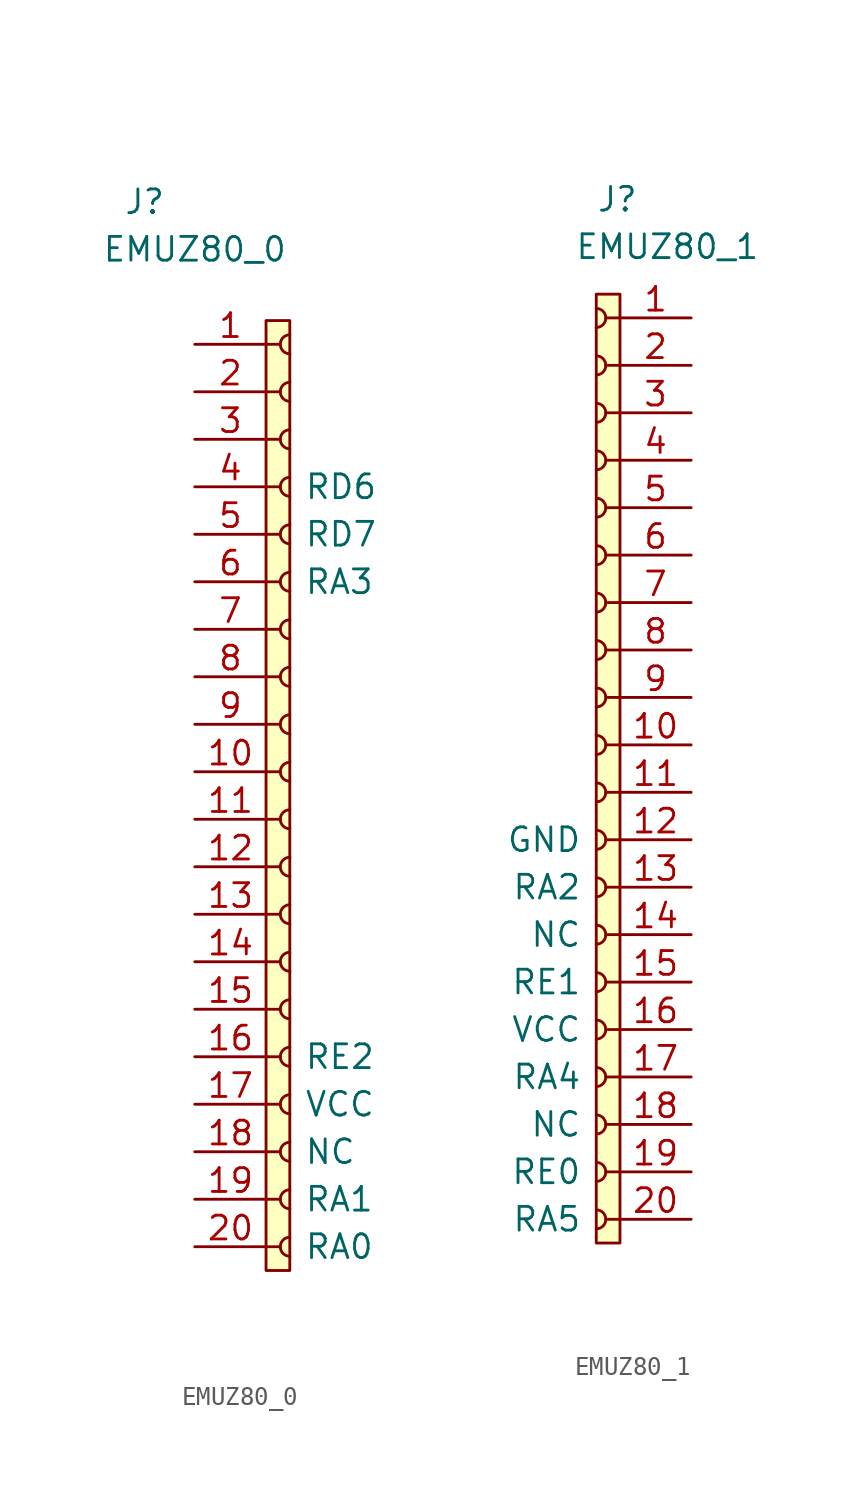
<source format=kicad_sym>
(kicad_symbol_lib
  (version 20220914)
  (generator kicad_symbol_editor)
  (symbol "EMUZ80_0"
    (pin_names
      (offset 2.032))
    (property "Reference" "J"
      (at -19.05 31.75 0)
      (effects (font (size 1.27 1.27)) (justify left)))
    (property "Value" "EMUZ80_0"
      (at -15.24 29.21 0)
      (effects (font (size 1.27 1.27))))
    (symbol "EMUZ80_0_0_1"
      (rectangle (start -11.43 25.4) (end -10.16 -25.4) (stroke (width 0) (type default)) (fill (type background))))
    (symbol "EMUZ80_0_1_1"
      (arc (start -10.16 -23.622) (mid -10.6658 -24.13) (end -10.16 -24.638) (stroke (width 0.1524) (type default)) (fill (type none)))
      (arc (start -10.16 -21.082) (mid -10.6658 -21.59) (end -10.16 -22.098) (stroke (width 0.1524) (type default)) (fill (type none)))
      (arc (start -10.16 -18.542) (mid -10.6658 -19.05) (end -10.16 -19.558) (stroke (width 0.1524) (type default)) (fill (type none)))
      (arc (start -10.16 -16.002) (mid -10.6658 -16.51) (end -10.16 -17.018) (stroke (width 0.1524) (type default)) (fill (type none)))
      (arc (start -10.16 -13.462) (mid -10.6658 -13.97) (end -10.16 -14.478) (stroke (width 0.1524) (type default)) (fill (type none)))
      (arc (start -10.16 -10.922) (mid -10.6658 -11.43) (end -10.16 -11.938) (stroke (width 0.1524) (type default)) (fill (type none)))
      (arc (start -10.16 -8.382) (mid -10.6658 -8.89) (end -10.16 -9.398) (stroke (width 0.1524) (type default)) (fill (type none)))
      (arc (start -10.16 -5.842) (mid -10.6658 -6.35) (end -10.16 -6.858) (stroke (width 0.1524) (type default)) (fill (type none)))
      (arc (start -10.16 -3.302) (mid -10.6658 -3.81) (end -10.16 -4.318) (stroke (width 0.1524) (type default)) (fill (type none)))
      (arc (start -10.16 -0.762) (mid -10.6658 -1.27) (end -10.16 -1.778) (stroke (width 0.1524) (type default)) (fill (type none)))
      (arc (start -10.16 1.778) (mid -10.6658 1.27) (end -10.16 0.762) (stroke (width 0.1524) (type default)) (fill (type none)))
      (arc (start -10.16 4.318) (mid -10.6658 3.81) (end -10.16 3.302) (stroke (width 0.1524) (type default)) (fill (type none)))
      (arc (start -10.16 6.858) (mid -10.6658 6.35) (end -10.16 5.842) (stroke (width 0.1524) (type default)) (fill (type none)))
      (arc (start -10.16 9.398) (mid -10.6658 8.89) (end -10.16 8.382) (stroke (width 0.1524) (type default)) (fill (type none)))
      (arc (start -10.16 11.938) (mid -10.6658 11.43) (end -10.16 10.922) (stroke (width 0.1524) (type default)) (fill (type none)))
      (arc (start -10.16 14.478) (mid -10.6658 13.97) (end -10.16 13.462) (stroke (width 0.1524) (type default)) (fill (type none)))
      (arc (start -10.16 17.018) (mid -10.6658 16.51) (end -10.16 16.002) (stroke (width 0.1524) (type default)) (fill (type none)))
      (arc (start -10.16 19.558) (mid -10.6658 19.05) (end -10.16 18.542) (stroke (width 0.1524) (type default)) (fill (type none)))
      (arc (start -10.16 22.098) (mid -10.6658 21.59) (end -10.16 21.082) (stroke (width 0.1524) (type default)) (fill (type none)))
      (arc (start -10.16 24.638) (mid -10.6658 24.13) (end -10.16 23.622) (stroke (width 0.1524) (type default)) (fill (type none)))
      (polyline (pts (xy -11.43 -24.13) (xy -10.668 -24.13)) (stroke (width 0.152) (type default)) (fill (type none)))
      (polyline (pts (xy -11.43 -21.59) (xy -10.668 -21.59)) (stroke (width 0.152) (type default)) (fill (type none)))
      (polyline (pts (xy -11.43 -19.05) (xy -10.668 -19.05)) (stroke (width 0.152) (type default)) (fill (type none)))
      (polyline (pts (xy -11.43 -16.51) (xy -10.668 -16.51)) (stroke (width 0.152) (type default)) (fill (type none)))
      (polyline (pts (xy -11.43 -13.97) (xy -10.668 -13.97)) (stroke (width 0.152) (type default)) (fill (type none)))
      (polyline (pts (xy -11.43 -11.43) (xy -10.668 -11.43)) (stroke (width 0.152) (type default)) (fill (type none)))
      (polyline (pts (xy -11.43 -8.89) (xy -10.668 -8.89)) (stroke (width 0.152) (type default)) (fill (type none)))
      (polyline (pts (xy -11.43 -6.35) (xy -10.668 -6.35)) (stroke (width 0.152) (type default)) (fill (type none)))
      (polyline (pts (xy -11.43 -3.81) (xy -10.668 -3.81)) (stroke (width 0.152) (type default)) (fill (type none)))
      (polyline (pts (xy -11.43 -1.27) (xy -10.668 -1.27)) (stroke (width 0.152) (type default)) (fill (type none)))
      (polyline (pts (xy -11.43 1.27) (xy -10.668 1.27)) (stroke (width 0.152) (type default)) (fill (type none)))
      (polyline (pts (xy -11.43 3.81) (xy -10.668 3.81)) (stroke (width 0.152) (type default)) (fill (type none)))
      (polyline (pts (xy -11.43 6.35) (xy -10.668 6.35)) (stroke (width 0.152) (type default)) (fill (type none)))
      (polyline (pts (xy -11.43 8.89) (xy -10.668 8.89)) (stroke (width 0.152) (type default)) (fill (type none)))
      (polyline (pts (xy -11.43 11.43) (xy -10.668 11.43)) (stroke (width 0.152) (type default)) (fill (type none)))
      (polyline (pts (xy -11.43 13.97) (xy -10.668 13.97)) (stroke (width 0.152) (type default)) (fill (type none)))
      (polyline (pts (xy -11.43 16.51) (xy -10.668 16.51)) (stroke (width 0.152) (type default)) (fill (type none)))
      (polyline (pts (xy -11.43 19.05) (xy -10.668 19.05)) (stroke (width 0.152) (type default)) (fill (type none)))
      (polyline (pts (xy -11.43 21.59) (xy -10.668 21.59)) (stroke (width 0.152) (type default)) (fill (type none)))
      (polyline (pts (xy -11.43 24.13) (xy -10.668 24.13)) (stroke (width 0.152) (type default)) (fill (type none)))
      (pin passive line (at -15.24 24.13 0) (length 3.81) (name "" (effects (font (size 1.27 1.27)))) (number "1" (effects (font (size 1.27 1.27)))))
      (pin passive line (at -15.24 1.27 0) (length 3.81) (name "" (effects (font (size 1.27 1.27)))) (number "10" (effects (font (size 1.27 1.27)))))
      (pin passive line (at -15.24 -1.27 0) (length 3.81) (name "" (effects (font (size 1.27 1.27)))) (number "11" (effects (font (size 1.27 1.27)))))
      (pin passive line (at -15.24 -3.81 0) (length 3.81) (name "" (effects (font (size 1.27 1.27)))) (number "12" (effects (font (size 1.27 1.27)))))
      (pin passive line (at -15.24 -6.35 0) (length 3.81) (name "" (effects (font (size 1.27 1.27)))) (number "13" (effects (font (size 1.27 1.27)))))
      (pin passive line (at -15.24 -8.89 0) (length 3.81) (name "" (effects (font (size 1.27 1.27)))) (number "14" (effects (font (size 1.27 1.27)))))
      (pin passive line (at -15.24 -11.43 0) (length 3.81) (name "" (effects (font (size 1.27 1.27)))) (number "15" (effects (font (size 1.27 1.27)))))
      (pin passive line (at -15.24 -13.97 0) (length 3.81) (name "RE2" (effects (font (size 1.27 1.27)))) (number "16" (effects (font (size 1.27 1.27)))))
      (pin passive line (at -15.24 -16.51 0) (length 3.81) (name "VCC" (effects (font (size 1.27 1.27)))) (number "17" (effects (font (size 1.27 1.27)))))
      (pin passive line (at -15.24 -19.05 0) (length 3.81) (name "NC" (effects (font (size 1.27 1.27)))) (number "18" (effects (font (size 1.27 1.27)))))
      (pin passive line (at -15.24 -21.59 0) (length 3.81) (name "RA1" (effects (font (size 1.27 1.27)))) (number "19" (effects (font (size 1.27 1.27)))))
      (pin passive line (at -15.24 21.59 0) (length 3.81) (name "" (effects (font (size 1.27 1.27)))) (number "2" (effects (font (size 1.27 1.27)))))
      (pin passive line (at -15.24 -24.13 0) (length 3.81) (name "RA0" (effects (font (size 1.27 1.27)))) (number "20" (effects (font (size 1.27 1.27)))))
      (pin passive line (at -15.24 19.05 0) (length 3.81) (name "" (effects (font (size 1.27 1.27)))) (number "3" (effects (font (size 1.27 1.27)))))
      (pin passive line (at -15.24 16.51 0) (length 3.81) (name "RD6" (effects (font (size 1.27 1.27)))) (number "4" (effects (font (size 1.27 1.27)))))
      (pin passive line (at -15.24 13.97 0) (length 3.81) (name "RD7" (effects (font (size 1.27 1.27)))) (number "5" (effects (font (size 1.27 1.27)))))
      (pin passive line (at -15.24 11.43 0) (length 3.81) (name "RA3" (effects (font (size 1.27 1.27)))) (number "6" (effects (font (size 1.27 1.27)))))
      (pin passive line (at -15.24 8.89 0) (length 3.81) (name "" (effects (font (size 1.27 1.27)))) (number "7" (effects (font (size 1.27 1.27)))))
      (pin passive line (at -15.24 6.35 0) (length 3.81) (name "" (effects (font (size 1.27 1.27)))) (number "8" (effects (font (size 1.27 1.27)))))
      (pin passive line (at -15.24 3.81 0) (length 3.81) (name "" (effects (font (size 1.27 1.27)))) (number "9" (effects (font (size 1.27 1.27)))))))
  (symbol "EMUZ80_1"
    (pin_names
      (offset 2.032))
    (property "Reference" "J"
      (at 10.16 30.48 0)
      (effects (font (size 1.27 1.27)) (justify left)))
    (property "Value" "EMUZ80_1"
      (at 13.97 27.94 0)
      (effects (font (size 1.27 1.27))))
    (symbol "EMUZ80_1_0_1"
      (rectangle (start 10.16 25.4) (end 11.43 -25.4) (stroke (width 0) (type default)) (fill (type background))))
    (symbol "EMUZ80_1_1_1"
      (polyline (pts (xy 11.43 -24.13) (xy 10.668 -24.13)) (stroke (width 0.152) (type default)) (fill (type none)))
      (polyline (pts (xy 11.43 -21.59) (xy 10.668 -21.59)) (stroke (width 0.152) (type default)) (fill (type none)))
      (polyline (pts (xy 11.43 -19.05) (xy 10.668 -19.05)) (stroke (width 0.152) (type default)) (fill (type none)))
      (polyline (pts (xy 11.43 -16.51) (xy 10.668 -16.51)) (stroke (width 0.152) (type default)) (fill (type none)))
      (polyline (pts (xy 11.43 -13.97) (xy 10.668 -13.97)) (stroke (width 0.152) (type default)) (fill (type none)))
      (polyline (pts (xy 11.43 -11.43) (xy 10.668 -11.43)) (stroke (width 0.152) (type default)) (fill (type none)))
      (polyline (pts (xy 11.43 -8.89) (xy 10.668 -8.89)) (stroke (width 0.152) (type default)) (fill (type none)))
      (polyline (pts (xy 11.43 -6.35) (xy 10.668 -6.35)) (stroke (width 0.152) (type default)) (fill (type none)))
      (polyline (pts (xy 11.43 -3.81) (xy 10.668 -3.81)) (stroke (width 0.152) (type default)) (fill (type none)))
      (polyline (pts (xy 11.43 -1.27) (xy 10.668 -1.27)) (stroke (width 0.152) (type default)) (fill (type none)))
      (polyline (pts (xy 11.43 1.27) (xy 10.668 1.27)) (stroke (width 0.152) (type default)) (fill (type none)))
      (polyline (pts (xy 11.43 3.81) (xy 10.668 3.81)) (stroke (width 0.152) (type default)) (fill (type none)))
      (polyline (pts (xy 11.43 6.35) (xy 10.668 6.35)) (stroke (width 0.152) (type default)) (fill (type none)))
      (polyline (pts (xy 11.43 8.89) (xy 10.668 8.89)) (stroke (width 0.152) (type default)) (fill (type none)))
      (polyline (pts (xy 11.43 11.43) (xy 10.668 11.43)) (stroke (width 0.152) (type default)) (fill (type none)))
      (polyline (pts (xy 11.43 13.97) (xy 10.668 13.97)) (stroke (width 0.152) (type default)) (fill (type none)))
      (polyline (pts (xy 11.43 16.51) (xy 10.668 16.51)) (stroke (width 0.152) (type default)) (fill (type none)))
      (polyline (pts (xy 11.43 19.05) (xy 10.668 19.05)) (stroke (width 0.152) (type default)) (fill (type none)))
      (polyline (pts (xy 11.43 21.59) (xy 10.668 21.59)) (stroke (width 0.152) (type default)) (fill (type none)))
      (polyline (pts (xy 11.43 24.13) (xy 10.668 24.13)) (stroke (width 0.152) (type default)) (fill (type none)))
      (arc (start 10.16 -24.638) (mid 10.6658 -24.13) (end 10.16 -23.622) (stroke (width 0.1524) (type default)) (fill (type none)))
      (arc (start 10.16 -22.098) (mid 10.6658 -21.59) (end 10.16 -21.082) (stroke (width 0.1524) (type default)) (fill (type none)))
      (arc (start 10.16 -19.558) (mid 10.6658 -19.05) (end 10.16 -18.542) (stroke (width 0.1524) (type default)) (fill (type none)))
      (arc (start 10.16 -17.018) (mid 10.6658 -16.51) (end 10.16 -16.002) (stroke (width 0.1524) (type default)) (fill (type none)))
      (arc (start 10.16 -14.478) (mid 10.6658 -13.97) (end 10.16 -13.462) (stroke (width 0.1524) (type default)) (fill (type none)))
      (arc (start 10.16 -11.938) (mid 10.6658 -11.43) (end 10.16 -10.922) (stroke (width 0.1524) (type default)) (fill (type none)))
      (arc (start 10.16 -9.398) (mid 10.6658 -8.89) (end 10.16 -8.382) (stroke (width 0.1524) (type default)) (fill (type none)))
      (arc (start 10.16 -6.858) (mid 10.6658 -6.35) (end 10.16 -5.842) (stroke (width 0.1524) (type default)) (fill (type none)))
      (arc (start 10.16 -4.318) (mid 10.6658 -3.81) (end 10.16 -3.302) (stroke (width 0.1524) (type default)) (fill (type none)))
      (arc (start 10.16 -1.778) (mid 10.6658 -1.27) (end 10.16 -0.762) (stroke (width 0.1524) (type default)) (fill (type none)))
      (arc (start 10.16 0.762) (mid 10.6658 1.27) (end 10.16 1.778) (stroke (width 0.1524) (type default)) (fill (type none)))
      (arc (start 10.16 3.302) (mid 10.6658 3.81) (end 10.16 4.318) (stroke (width 0.1524) (type default)) (fill (type none)))
      (arc (start 10.16 5.842) (mid 10.6658 6.35) (end 10.16 6.858) (stroke (width 0.1524) (type default)) (fill (type none)))
      (arc (start 10.16 8.382) (mid 10.6658 8.89) (end 10.16 9.398) (stroke (width 0.1524) (type default)) (fill (type none)))
      (arc (start 10.16 10.922) (mid 10.6658 11.43) (end 10.16 11.938) (stroke (width 0.1524) (type default)) (fill (type none)))
      (arc (start 10.16 13.462) (mid 10.6658 13.97) (end 10.16 14.478) (stroke (width 0.1524) (type default)) (fill (type none)))
      (arc (start 10.16 16.002) (mid 10.6658 16.51) (end 10.16 17.018) (stroke (width 0.1524) (type default)) (fill (type none)))
      (arc (start 10.16 18.542) (mid 10.6658 19.05) (end 10.16 19.558) (stroke (width 0.1524) (type default)) (fill (type none)))
      (arc (start 10.16 21.082) (mid 10.6658 21.59) (end 10.16 22.098) (stroke (width 0.1524) (type default)) (fill (type none)))
      (arc (start 10.16 23.622) (mid 10.6658 24.13) (end 10.16 24.638) (stroke (width 0.1524) (type default)) (fill (type none)))
      (pin passive line (at 15.24 24.13 180) (length 3.81) (name "" (effects (font (size 1.27 1.27)))) (number "1" (effects (font (size 1.27 1.27)))))
      (pin passive line (at 15.24 1.27 180) (length 3.81) (name "" (effects (font (size 1.27 1.27)))) (number "10" (effects (font (size 1.27 1.27)))))
      (pin passive line (at 15.24 -1.27 180) (length 3.81) (name "" (effects (font (size 1.27 1.27)))) (number "11" (effects (font (size 1.27 1.27)))))
      (pin passive line (at 15.24 -3.81 180) (length 3.81) (name "GND" (effects (font (size 1.27 1.27)))) (number "12" (effects (font (size 1.27 1.27)))))
      (pin passive line (at 15.24 -6.35 180) (length 3.81) (name "RA2" (effects (font (size 1.27 1.27)))) (number "13" (effects (font (size 1.27 1.27)))))
      (pin passive line (at 15.24 -8.89 180) (length 3.81) (name "NC" (effects (font (size 1.27 1.27)))) (number "14" (effects (font (size 1.27 1.27)))))
      (pin passive line (at 15.24 -11.43 180) (length 3.81) (name "RE1" (effects (font (size 1.27 1.27)))) (number "15" (effects (font (size 1.27 1.27)))))
      (pin passive line (at 15.24 -13.97 180) (length 3.81) (name "VCC" (effects (font (size 1.27 1.27)))) (number "16" (effects (font (size 1.27 1.27)))))
      (pin passive line (at 15.24 -16.51 180) (length 3.81) (name "RA4" (effects (font (size 1.27 1.27)))) (number "17" (effects (font (size 1.27 1.27)))))
      (pin passive line (at 15.24 -19.05 180) (length 3.81) (name "NC" (effects (font (size 1.27 1.27)))) (number "18" (effects (font (size 1.27 1.27)))))
      (pin passive line (at 15.24 -21.59 180) (length 3.81) (name "RE0" (effects (font (size 1.27 1.27)))) (number "19" (effects (font (size 1.27 1.27)))))
      (pin passive line (at 15.24 21.59 180) (length 3.81) (name "" (effects (font (size 1.27 1.27)))) (number "2" (effects (font (size 1.27 1.27)))))
      (pin passive line (at 15.24 -24.13 180) (length 3.81) (name "RA5" (effects (font (size 1.27 1.27)))) (number "20" (effects (font (size 1.27 1.27)))))
      (pin passive line (at 15.24 19.05 180) (length 3.81) (name "" (effects (font (size 1.27 1.27)))) (number "3" (effects (font (size 1.27 1.27)))))
      (pin passive line (at 15.24 16.51 180) (length 3.81) (name "" (effects (font (size 1.27 1.27)))) (number "4" (effects (font (size 1.27 1.27)))))
      (pin passive line (at 15.24 13.97 180) (length 3.81) (name "" (effects (font (size 1.27 1.27)))) (number "5" (effects (font (size 1.27 1.27)))))
      (pin passive line (at 15.24 11.43 180) (length 3.81) (name "" (effects (font (size 1.27 1.27)))) (number "6" (effects (font (size 1.27 1.27)))))
      (pin passive line (at 15.24 8.89 180) (length 3.81) (name "" (effects (font (size 1.27 1.27)))) (number "7" (effects (font (size 1.27 1.27)))))
      (pin passive line (at 15.24 6.35 180) (length 3.81) (name "" (effects (font (size 1.27 1.27)))) (number "8" (effects (font (size 1.27 1.27)))))
      (pin passive line (at 15.24 3.81 180) (length 3.81) (name "" (effects (font (size 1.27 1.27)))) (number "9" (effects (font (size 1.27 1.27))))))))
</source>
